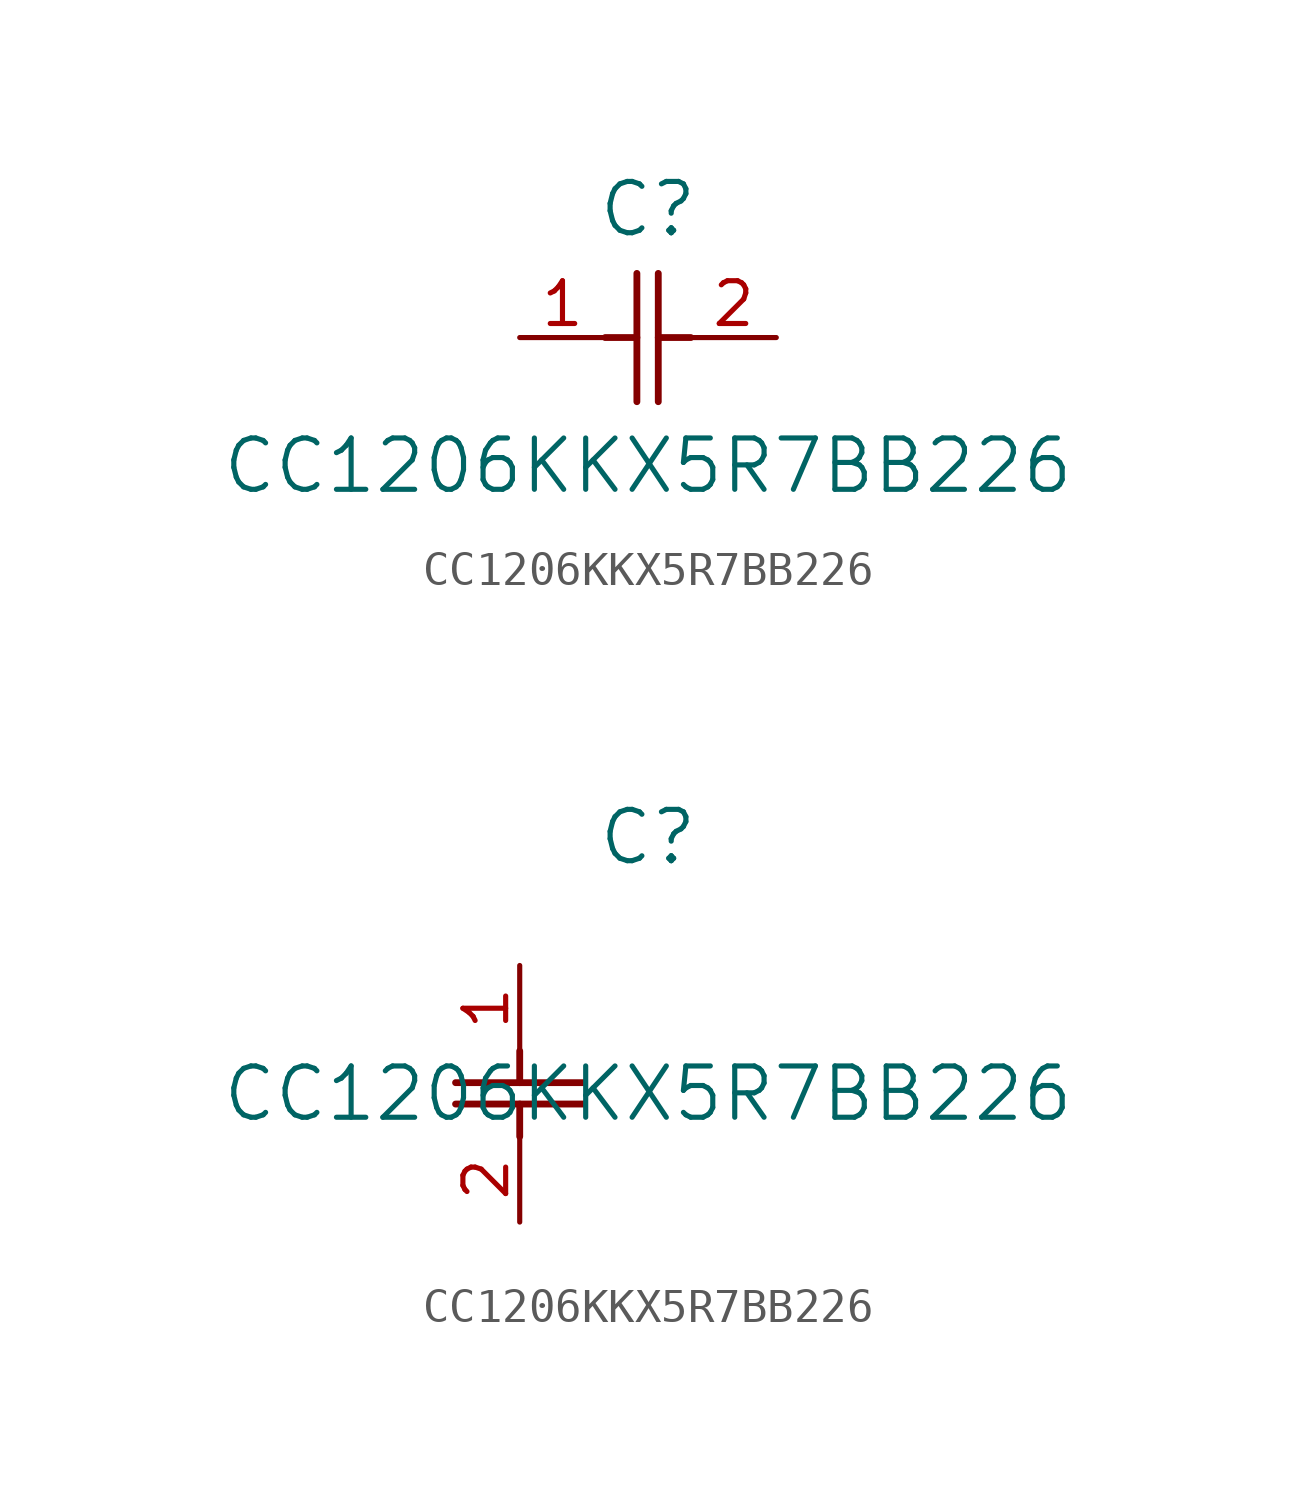
<source format=kicad_sym>
(kicad_symbol_lib
  (version 20211014)
  (generator kicad_symbol_editor)
  (symbol "CC1206KKX5R7BB226"
    (pin_names
      (offset 0.254))
    (property "Reference" "C"
      (at 3.81 3.81 0)
      (effects (font (size 1.524 1.524))))
    (property "Value" "CC1206KKX5R7BB226"
      (at 3.81 -3.81 0)
      (effects (font (size 1.524 1.524))))
    (symbol "CC1206KKX5R7BB226_1_1"
      (polyline (pts (xy 3.48 -1.905) (xy 3.48 1.905)) (stroke (width 0.203) (type default) (color 0 0 0 0)) (fill (type none)))
      (polyline (pts (xy 4.115 -1.905) (xy 4.115 1.905)) (stroke (width 0.203) (type default) (color 0 0 0 0)) (fill (type none)))
      (polyline (pts (xy 4.115 0) (xy 5.08 0)) (stroke (width 0.203) (type default) (color 0 0 0 0)) (fill (type none)))
      (polyline (pts (xy 2.54 0) (xy 3.48 0)) (stroke (width 0.203) (type default) (color 0 0 0 0)) (fill (type none)))
      (pin unspecified line (at 0 0 0) (length 2.54) (name "" (effects (font (size 1.27 1.27)))) (number "1" (effects (font (size 1.27 1.27)))))
      (pin unspecified line (at 7.62 0 180) (length 2.54) (name "" (effects (font (size 1.27 1.27)))) (number "2" (effects (font (size 1.27 1.27))))))
    (symbol "CC1206KKX5R7BB226_1_2"
      (polyline (pts (xy -1.905 -3.48) (xy 1.905 -3.48)) (stroke (width 0.203) (type default) (color 0 0 0 0)) (fill (type none)))
      (polyline (pts (xy -1.905 -4.115) (xy 1.905 -4.115)) (stroke (width 0.203) (type default) (color 0 0 0 0)) (fill (type none)))
      (polyline (pts (xy 0 -4.115) (xy 0 -5.08)) (stroke (width 0.203) (type default) (color 0 0 0 0)) (fill (type none)))
      (polyline (pts (xy 0 -2.54) (xy 0 -3.48)) (stroke (width 0.203) (type default) (color 0 0 0 0)) (fill (type none)))
      (pin unspecified line (at 0 0 270) (length 2.54) (name "" (effects (font (size 1.27 1.27)))) (number "1" (effects (font (size 1.27 1.27)))))
      (pin unspecified line (at 0 -7.62 90) (length 2.54) (name "" (effects (font (size 1.27 1.27)))) (number "2" (effects (font (size 1.27 1.27))))))))
</source>
